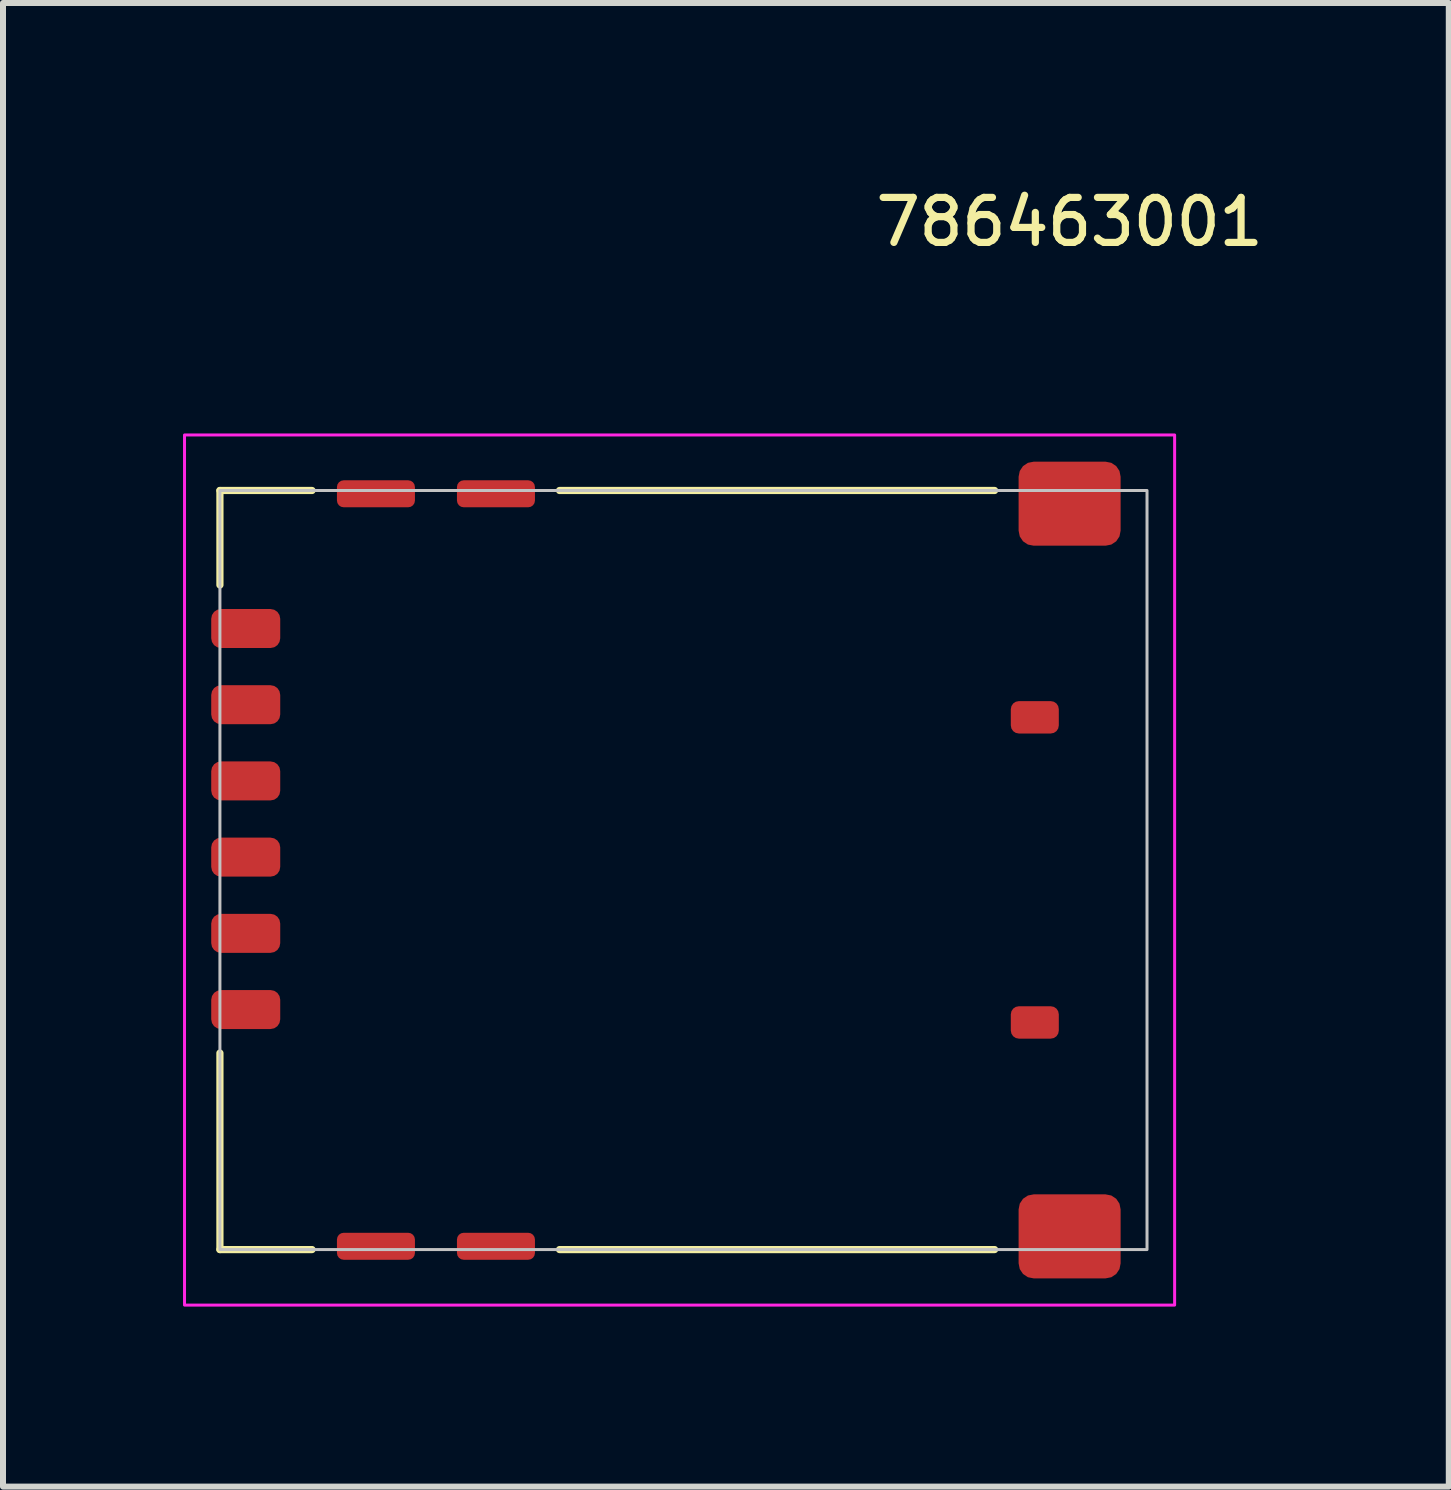
<source format=kicad_pcb>
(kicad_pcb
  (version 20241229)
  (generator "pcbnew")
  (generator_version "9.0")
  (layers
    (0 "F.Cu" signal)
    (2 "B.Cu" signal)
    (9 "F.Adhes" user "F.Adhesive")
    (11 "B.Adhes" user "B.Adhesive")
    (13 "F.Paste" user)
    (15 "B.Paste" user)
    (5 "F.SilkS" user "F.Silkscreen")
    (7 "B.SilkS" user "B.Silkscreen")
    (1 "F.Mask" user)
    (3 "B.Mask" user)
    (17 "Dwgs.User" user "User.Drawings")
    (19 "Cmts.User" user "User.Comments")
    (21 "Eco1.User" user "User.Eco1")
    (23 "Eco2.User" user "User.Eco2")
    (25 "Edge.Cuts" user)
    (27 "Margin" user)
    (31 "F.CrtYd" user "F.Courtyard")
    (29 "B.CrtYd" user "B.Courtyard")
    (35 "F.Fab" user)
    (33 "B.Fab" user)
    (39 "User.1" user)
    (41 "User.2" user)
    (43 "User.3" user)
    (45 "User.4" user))
  (footprint "786463001"
    (layer "F.Cu")
    (at 14.775 11.449)
    (property "Reference" "786463001" (at 0 -10.8 0) (unlocked yes) (layer "F.SilkS") (effects (font (size 0.75 0.75) (thickness 0.12))))
    (attr smd)
    (fp_line (start -14.16 -6.325) (end -14.16 -4.75) (stroke (width 0.12) (type default)) (layer "F.SilkS"))
    (fp_line (start -14.16 -6.325) (end -12.625 -6.325) (stroke (width 0.12) (type default)) (layer "F.SilkS"))
    (fp_line (start -14.16 6.325) (end -14.16 3.05) (stroke (width 0.12) (type default)) (layer "F.SilkS"))
    (fp_line (start -14.16 6.325) (end -12.625 6.325) (stroke (width 0.12) (type default)) (layer "F.SilkS"))
    (fp_line (start -8.5 6.325) (end -1.25 6.325) (stroke (width 0.12) (type default)) (layer "F.SilkS"))
    (fp_line (start -1.25 -6.325) (end -8.5 -6.325) (stroke (width 0.12) (type default)) (layer "F.SilkS"))
    (fp_rect (start -14.16 -6.325) (end 1.29 6.325) (stroke (width 0.05) (type default)) (fill no) (layer "Dwgs.User"))
    (fp_rect (start -14.75 -7.25) (end 1.75 7.25) (stroke (width 0.05) (type default)) (fill no) (layer "F.CrtYd"))
    (pad "C1" smd roundrect (at -13.73 -2.755) (size 1.15 0.65) (layers "F.Cu" "F.Mask" "F.Paste") (roundrect_rratio 0.25))
    (pad "C2" smd roundrect (at -13.73 -0.215) (size 1.15 0.65) (layers "F.Cu" "F.Mask" "F.Paste") (roundrect_rratio 0.25))
    (pad "C3" smd roundrect (at -13.73 2.325) (size 1.15 0.65) (layers "F.Cu" "F.Mask" "F.Paste") (roundrect_rratio 0.25))
    (pad "C5" smd roundrect (at -13.73 -4.025) (size 1.15 0.65) (layers "F.Cu" "F.Mask" "F.Paste") (roundrect_rratio 0.25))
    (pad "C6" smd roundrect (at -13.73 -1.485) (size 1.15 0.65) (layers "F.Cu" "F.Mask" "F.Paste") (roundrect_rratio 0.25))
    (pad "C7" smd roundrect (at -13.73 1.055) (size 1.15 0.65) (layers "F.Cu" "F.Mask" "F.Paste") (roundrect_rratio 0.25))
    (pad "MP1" smd roundrect (at 0 -6.105) (size 1.7 1.4) (layers "F.Cu" "F.Mask" "F.Paste") (roundrect_rratio 0.179))
    (pad "MP2" smd roundrect (at 0 6.105) (size 1.7 1.4) (layers "F.Cu" "F.Mask" "F.Paste") (roundrect_rratio 0.179))
    (pad "MP3" smd roundrect (at -9.56 6.27) (size 1.3 0.45) (layers "F.Cu" "F.Mask" "F.Paste") (roundrect_rratio 0.25))
    (pad "MP4" smd roundrect (at -11.56 6.27) (size 1.3 0.45) (layers "F.Cu" "F.Mask" "F.Paste") (roundrect_rratio 0.25))
    (pad "MP5" smd roundrect (at -11.56 -6.27) (size 1.3 0.45) (layers "F.Cu" "F.Mask" "F.Paste") (roundrect_rratio 0.25))
    (pad "MP6" smd roundrect (at -9.56 -6.27) (size 1.3 0.45) (layers "F.Cu" "F.Mask" "F.Paste") (roundrect_rratio 0.25))
    (pad "X1" smd roundrect (at -0.58 -2.545) (size 0.8 0.54) (layers "F.Cu" "F.Mask" "F.Paste") (roundrect_rratio 0.25))
    (pad "X2" smd roundrect (at -0.58 2.54) (size 0.8 0.54) (layers "F.Cu" "F.Mask" "F.Paste") (roundrect_rratio 0.25)))
  (gr_rect
    (start -3 -3)
    (end 21.094 21.724)
    (stroke (width 0.1) (type default))
    (fill no)
    (layer "Edge.Cuts")))
</source>
